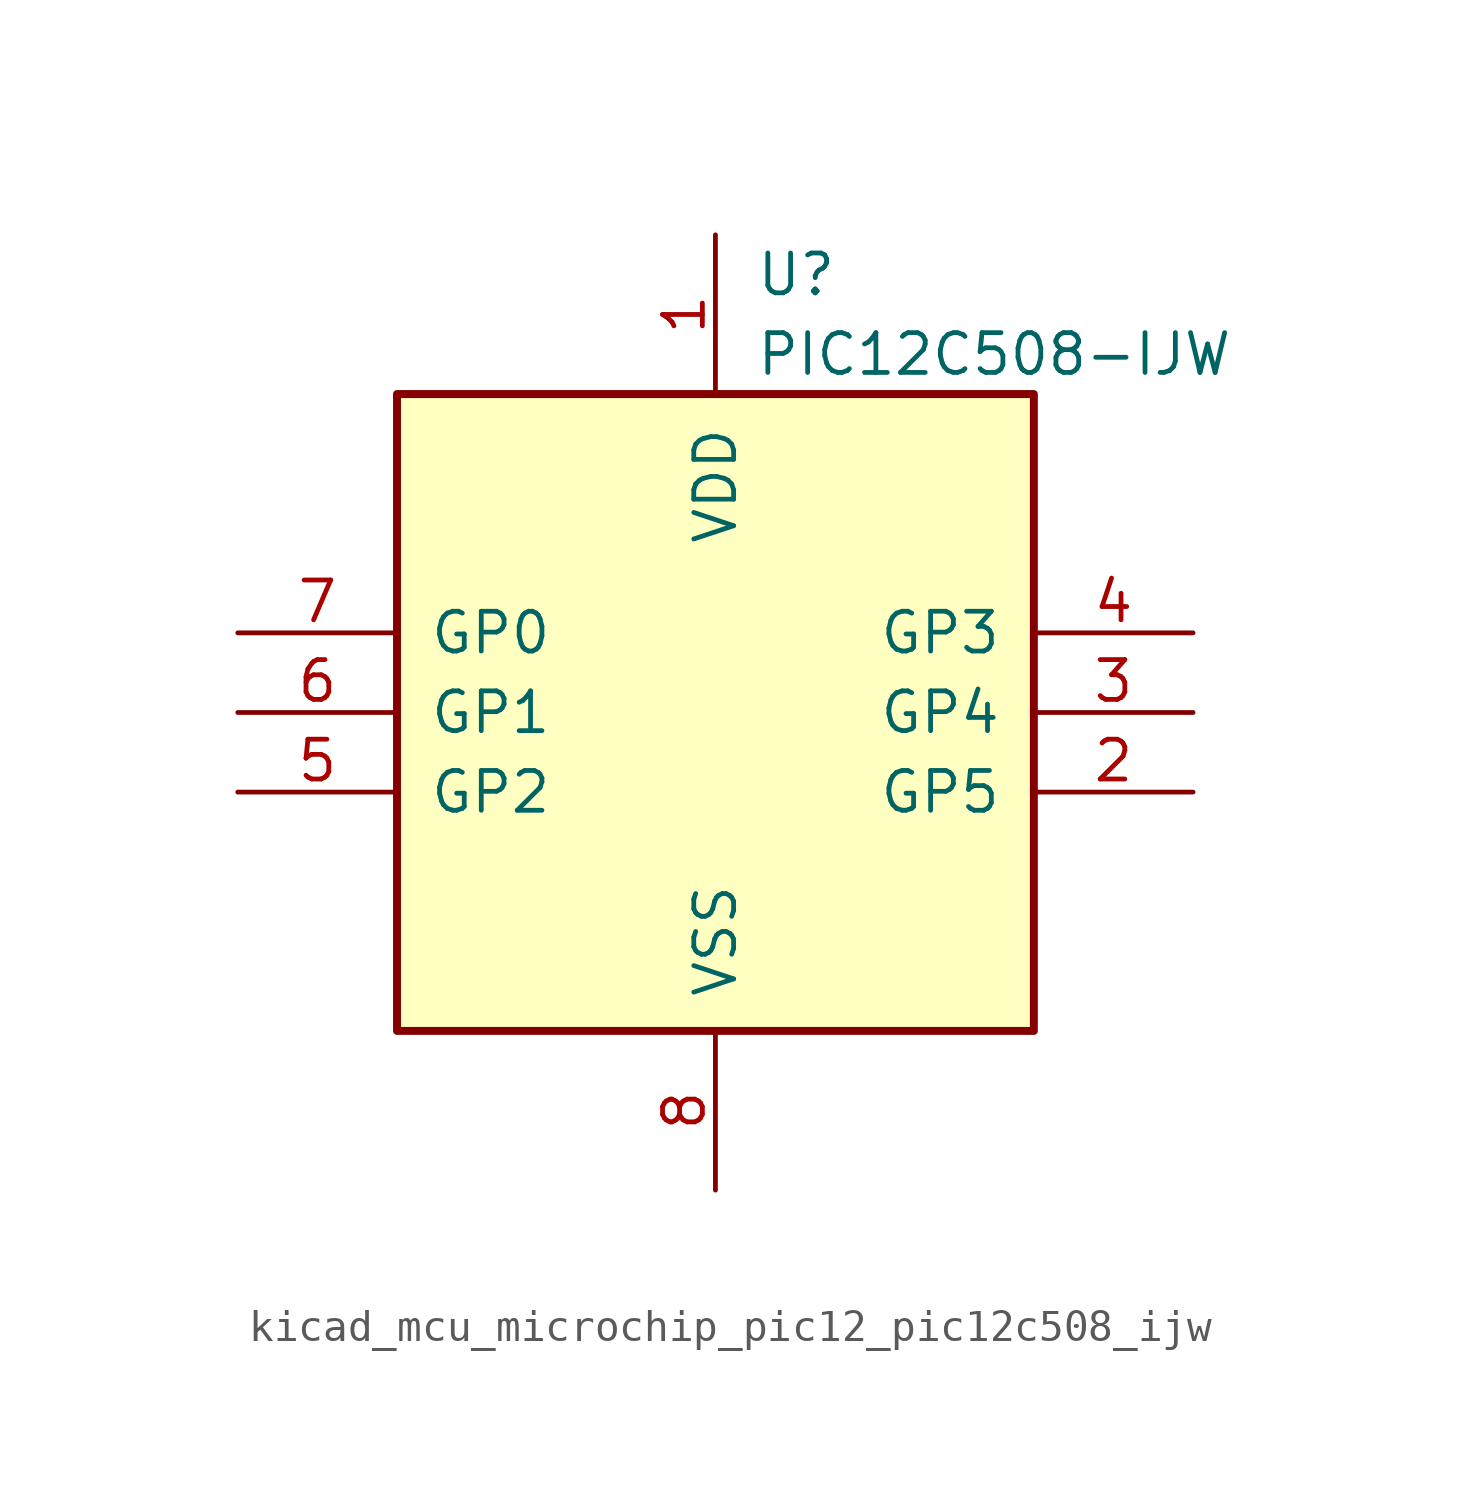
<source format=kicad_sym>
(kicad_symbol_lib
  (version 20220914)
  (generator kicad_symbol_editor)
  (symbol "kicad_mcu_microchip_pic12_pic12c508_ijw"
    (pin_names
      (offset 1.016))
    (property "Reference" "U"
      (at 1.27 13.97 0)
      (effects (font (size 1.27 1.27)) (justify left)))
    (property "Value" "PIC12C508-IJW"
      (at 1.27 11.43 0)
      (effects (font (size 1.27 1.27)) (justify left)))
    (symbol "kicad_mcu_microchip_pic12_pic12c508_ijw_0_1"
      (rectangle (start 10.16 -10.16) (end -10.16 10.16) (stroke (width 0.254) (type default)) (fill (type background))))
    (symbol "kicad_mcu_microchip_pic12_pic12c508_ijw_1_1"
      (pin power_in line (at 0 15.24 270) (length 5.08) (name "VDD" (effects (font (size 1.27 1.27)))) (number "1" (effects (font (size 1.27 1.27)))))
      (pin bidirectional line (at 15.24 -2.54 180) (length 5.08) (name "GP5" (effects (font (size 1.27 1.27)))) (number "2" (effects (font (size 1.27 1.27)))))
      (pin bidirectional line (at 15.24 0 180) (length 5.08) (name "GP4" (effects (font (size 1.27 1.27)))) (number "3" (effects (font (size 1.27 1.27)))))
      (pin input line (at 15.24 2.54 180) (length 5.08) (name "GP3" (effects (font (size 1.27 1.27)))) (number "4" (effects (font (size 1.27 1.27)))))
      (pin bidirectional line (at -15.24 -2.54 0) (length 5.08) (name "GP2" (effects (font (size 1.27 1.27)))) (number "5" (effects (font (size 1.27 1.27)))))
      (pin bidirectional line (at -15.24 0 0) (length 5.08) (name "GP1" (effects (font (size 1.27 1.27)))) (number "6" (effects (font (size 1.27 1.27)))))
      (pin bidirectional line (at -15.24 2.54 0) (length 5.08) (name "GP0" (effects (font (size 1.27 1.27)))) (number "7" (effects (font (size 1.27 1.27)))))
      (pin power_in line (at 0 -15.24 90) (length 5.08) (name "VSS" (effects (font (size 1.27 1.27)))) (number "8" (effects (font (size 1.27 1.27))))))))
</source>
